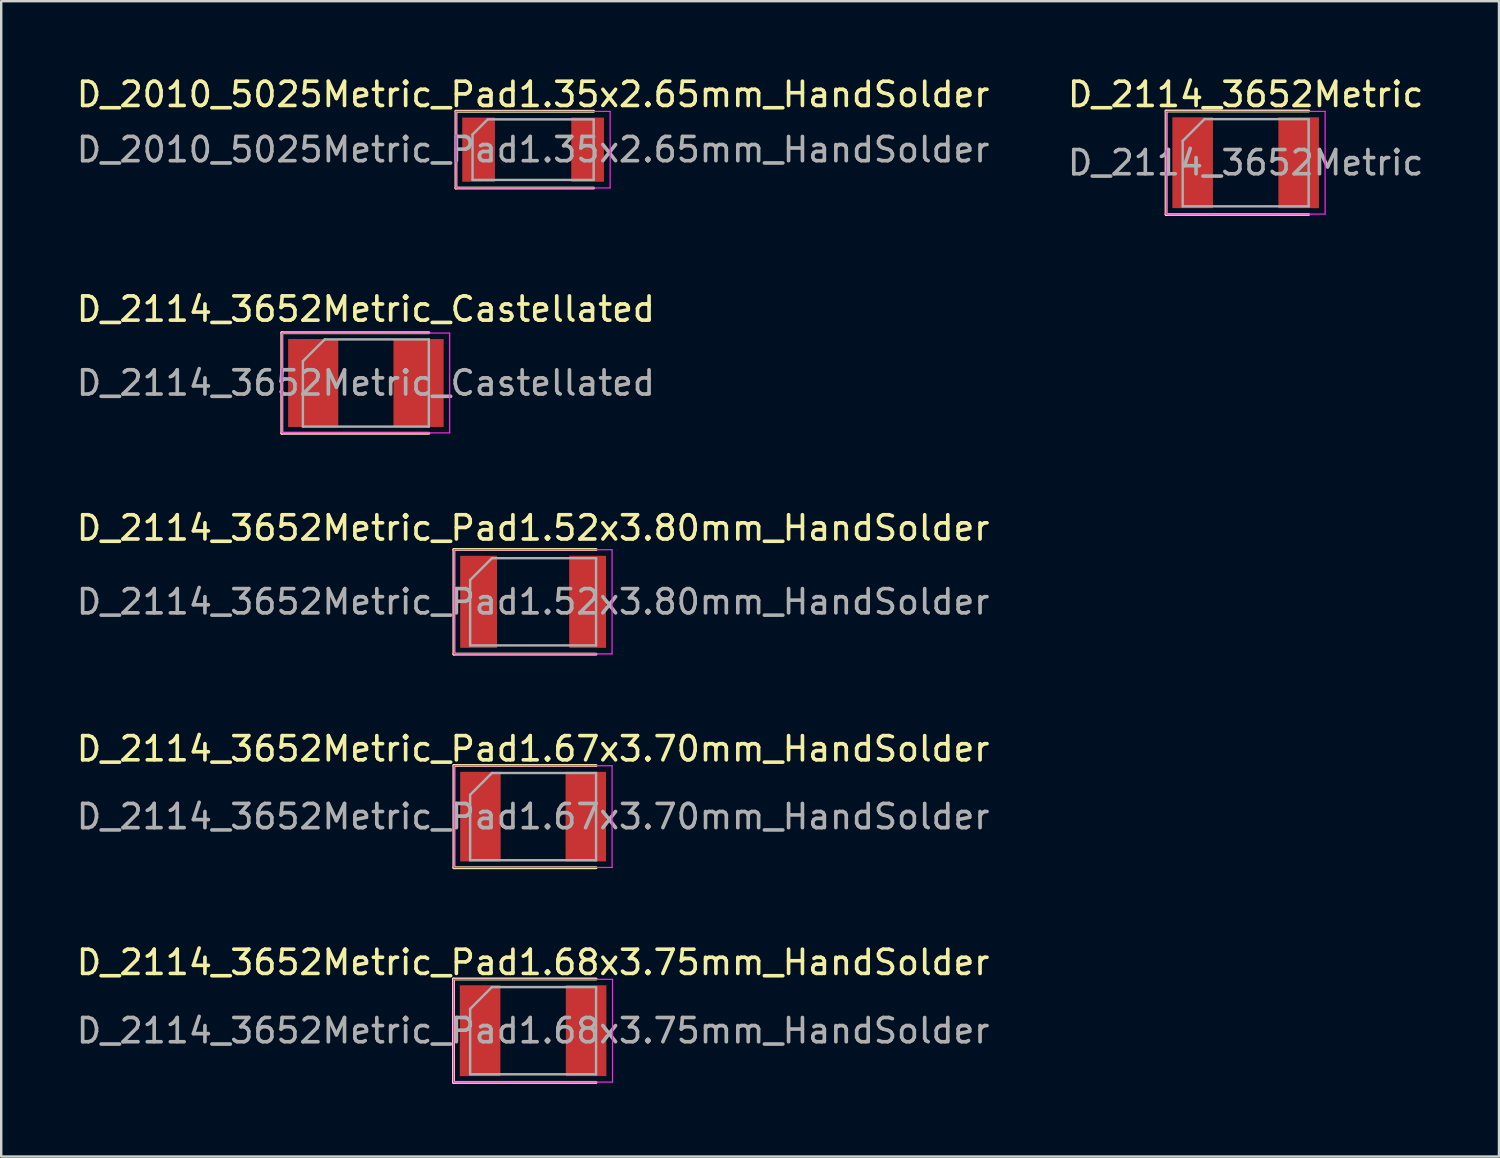
<source format=kicad_pcb>
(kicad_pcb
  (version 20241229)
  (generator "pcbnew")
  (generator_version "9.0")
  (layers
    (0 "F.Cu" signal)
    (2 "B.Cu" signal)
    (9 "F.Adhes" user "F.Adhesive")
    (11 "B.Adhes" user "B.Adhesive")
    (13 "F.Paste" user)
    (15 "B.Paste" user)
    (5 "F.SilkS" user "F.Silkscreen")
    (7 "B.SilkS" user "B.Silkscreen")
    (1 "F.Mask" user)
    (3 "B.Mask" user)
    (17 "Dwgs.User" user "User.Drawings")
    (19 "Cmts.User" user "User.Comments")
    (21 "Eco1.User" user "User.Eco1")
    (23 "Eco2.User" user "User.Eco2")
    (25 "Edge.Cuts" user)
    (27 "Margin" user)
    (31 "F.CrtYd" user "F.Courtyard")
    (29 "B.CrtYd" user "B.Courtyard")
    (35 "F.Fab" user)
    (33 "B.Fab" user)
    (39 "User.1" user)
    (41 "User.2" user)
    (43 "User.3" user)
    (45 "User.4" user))
  (footprint "D_2114_3652Metric_Pad1.67x3.70mm_HandSolder"
    (layer "F.Cu")
    (at 18.958 30.663)
    (property "Reference" "D_2114_3652Metric_Pad1.67x3.70mm_HandSolder" (at 0 -2.8 0) (layer "F.SilkS") (effects (font (size 1 1) (thickness 0.15))))
    (attr smd)
    (fp_line (start -3.27 -2.11) (end -3.27 2.11) (stroke (width 0.12) (type solid)) (layer "F.SilkS"))
    (fp_line (start -3.27 2.11) (end 2.6 2.11) (stroke (width 0.12) (type solid)) (layer "F.SilkS"))
    (fp_line (start 2.6 -2.11) (end -3.27 -2.11) (stroke (width 0.12) (type solid)) (layer "F.SilkS"))
    (fp_line (start -3.26 -2.1) (end 3.26 -2.1) (stroke (width 0.05) (type solid)) (layer "F.CrtYd"))
    (fp_line (start -3.26 2.1) (end -3.26 -2.1) (stroke (width 0.05) (type solid)) (layer "F.CrtYd"))
    (fp_line (start 3.26 -2.1) (end 3.26 2.1) (stroke (width 0.05) (type solid)) (layer "F.CrtYd"))
    (fp_line (start 3.26 2.1) (end -3.26 2.1) (stroke (width 0.05) (type solid)) (layer "F.CrtYd"))
    (fp_line (start -2.6 -0.9) (end -2.6 1.8) (stroke (width 0.1) (type solid)) (layer "F.Fab"))
    (fp_line (start -2.6 1.8) (end 2.6 1.8) (stroke (width 0.1) (type solid)) (layer "F.Fab"))
    (fp_line (start -1.7 -1.8) (end -2.6 -0.9) (stroke (width 0.1) (type solid)) (layer "F.Fab"))
    (fp_line (start 2.6 -1.8) (end -1.7 -1.8) (stroke (width 0.1) (type solid)) (layer "F.Fab"))
    (fp_line (start 2.6 1.8) (end 2.6 -1.8) (stroke (width 0.1) (type solid)) (layer "F.Fab"))
    (fp_text user "${REFERENCE}" (at 0 0 0) (layer "F.Fab") (effects (font (size 1 1) (thickness 0.15))))
    (pad "1" smd rect (at -2.175 0) (size 1.67 3.7) (layers "F.Cu" "F.Mask" "F.Paste"))
    (pad "2" smd rect (at 2.175 0) (size 1.67 3.7) (layers "F.Cu" "F.Mask" "F.Paste")))
  (footprint "D_2114_3652Metric_Castellated"
    (layer "F.Cu")
    (at 12.054 12.761)
    (property "Reference" "D_2114_3652Metric_Castellated" (at 0 -3.05 0) (layer "F.SilkS") (effects (font (size 1 1) (thickness 0.15))))
    (attr smd)
    (fp_line (start -3.47 -2.075) (end -3.47 2.075) (stroke (width 0.12) (type solid)) (layer "F.SilkS"))
    (fp_line (start -3.47 2.075) (end 2.6 2.075) (stroke (width 0.12) (type solid)) (layer "F.SilkS"))
    (fp_line (start 2.6 -2.075) (end -3.47 -2.075) (stroke (width 0.12) (type solid)) (layer "F.SilkS"))
    (fp_line (start -3.46 -2.06) (end 3.46 -2.06) (stroke (width 0.05) (type solid)) (layer "F.CrtYd"))
    (fp_line (start -3.46 2.06) (end -3.46 -2.06) (stroke (width 0.05) (type solid)) (layer "F.CrtYd"))
    (fp_line (start 3.46 -2.06) (end 3.46 2.06) (stroke (width 0.05) (type solid)) (layer "F.CrtYd"))
    (fp_line (start 3.46 2.06) (end -3.46 2.06) (stroke (width 0.05) (type solid)) (layer "F.CrtYd"))
    (fp_line (start -2.6 -0.9) (end -2.6 1.8) (stroke (width 0.1) (type solid)) (layer "F.Fab"))
    (fp_line (start -2.6 1.8) (end 2.6 1.8) (stroke (width 0.1) (type solid)) (layer "F.Fab"))
    (fp_line (start -1.7 -1.8) (end -2.6 -0.9) (stroke (width 0.1) (type solid)) (layer "F.Fab"))
    (fp_line (start 2.6 -1.8) (end -1.7 -1.8) (stroke (width 0.1) (type solid)) (layer "F.Fab"))
    (fp_line (start 2.6 1.8) (end 2.6 -1.8) (stroke (width 0.1) (type solid)) (layer "F.Fab"))
    (fp_text user "${REFERENCE}" (at 0 0 0) (layer "F.Fab") (effects (font (size 1 1) (thickness 0.15))))
    (pad "1" smd rect (at -2.175 0) (size 2.07 3.63) (layers "F.Cu" "F.Mask" "F.Paste"))
    (pad "2" smd rect (at 2.175 0) (size 2.07 3.63) (layers "F.Cu" "F.Mask" "F.Paste")))
  (footprint "D_2114_3652Metric_Pad1.68x3.75mm_HandSolder"
    (layer "F.Cu")
    (at 18.958 39.501)
    (property "Reference" "D_2114_3652Metric_Pad1.68x3.75mm_HandSolder" (at 0 -2.82 0) (layer "F.SilkS") (effects (font (size 1 1) (thickness 0.15))))
    (attr smd)
    (fp_line (start -3.285 -2.135) (end -3.285 2.135) (stroke (width 0.12) (type solid)) (layer "F.SilkS"))
    (fp_line (start -3.285 2.135) (end 2.6 2.135) (stroke (width 0.12) (type solid)) (layer "F.SilkS"))
    (fp_line (start 2.6 -2.135) (end -3.285 -2.135) (stroke (width 0.12) (type solid)) (layer "F.SilkS"))
    (fp_line (start -3.28 -2.12) (end 3.28 -2.12) (stroke (width 0.05) (type solid)) (layer "F.CrtYd"))
    (fp_line (start -3.28 2.12) (end -3.28 -2.12) (stroke (width 0.05) (type solid)) (layer "F.CrtYd"))
    (fp_line (start 3.28 -2.12) (end 3.28 2.12) (stroke (width 0.05) (type solid)) (layer "F.CrtYd"))
    (fp_line (start 3.28 2.12) (end -3.28 2.12) (stroke (width 0.05) (type solid)) (layer "F.CrtYd"))
    (fp_line (start -2.6 -0.9) (end -2.6 1.8) (stroke (width 0.1) (type solid)) (layer "F.Fab"))
    (fp_line (start -2.6 1.8) (end 2.6 1.8) (stroke (width 0.1) (type solid)) (layer "F.Fab"))
    (fp_line (start -1.7 -1.8) (end -2.6 -0.9) (stroke (width 0.1) (type solid)) (layer "F.Fab"))
    (fp_line (start 2.6 -1.8) (end -1.7 -1.8) (stroke (width 0.1) (type solid)) (layer "F.Fab"))
    (fp_line (start 2.6 1.8) (end 2.6 -1.8) (stroke (width 0.1) (type solid)) (layer "F.Fab"))
    (fp_text user "${REFERENCE}" (at 0 0 0) (layer "F.Fab") (effects (font (size 1 1) (thickness 0.15))))
    (pad "1" smd rect (at -2.188 0) (size 1.675 3.75) (layers "F.Cu" "F.Mask" "F.Paste"))
    (pad "2" smd rect (at 2.188 0) (size 1.675 3.75) (layers "F.Cu" "F.Mask" "F.Paste")))
  (footprint "D_2114_3652Metric_Pad1.52x3.80mm_HandSolder"
    (layer "F.Cu")
    (at 18.958 21.795)
    (property "Reference" "D_2114_3652Metric_Pad1.52x3.80mm_HandSolder" (at 0 -3.05 0) (layer "F.SilkS") (effects (font (size 1 1) (thickness 0.15))))
    (attr smd)
    (fp_line (start -3.27 -2.16) (end -3.27 2.16) (stroke (width 0.12) (type solid)) (layer "F.SilkS"))
    (fp_line (start -3.27 2.16) (end 2.6 2.16) (stroke (width 0.12) (type solid)) (layer "F.SilkS"))
    (fp_line (start 2.6 -2.16) (end -3.27 -2.16) (stroke (width 0.12) (type solid)) (layer "F.SilkS"))
    (fp_line (start -3.26 -2.15) (end 3.26 -2.15) (stroke (width 0.05) (type solid)) (layer "F.CrtYd"))
    (fp_line (start -3.26 2.15) (end -3.26 -2.15) (stroke (width 0.05) (type solid)) (layer "F.CrtYd"))
    (fp_line (start 3.26 -2.15) (end 3.26 2.15) (stroke (width 0.05) (type solid)) (layer "F.CrtYd"))
    (fp_line (start 3.26 2.15) (end -3.26 2.15) (stroke (width 0.05) (type solid)) (layer "F.CrtYd"))
    (fp_line (start -2.6 -0.9) (end -2.6 1.8) (stroke (width 0.1) (type solid)) (layer "F.Fab"))
    (fp_line (start -2.6 1.8) (end 2.6 1.8) (stroke (width 0.1) (type solid)) (layer "F.Fab"))
    (fp_line (start -1.7 -1.8) (end -2.6 -0.9) (stroke (width 0.1) (type solid)) (layer "F.Fab"))
    (fp_line (start 2.6 -1.8) (end -1.7 -1.8) (stroke (width 0.1) (type solid)) (layer "F.Fab"))
    (fp_line (start 2.6 1.8) (end 2.6 -1.8) (stroke (width 0.1) (type solid)) (layer "F.Fab"))
    (fp_text user "${REFERENCE}" (at 0 0 0) (layer "F.Fab") (effects (font (size 1 1) (thickness 0.15))))
    (pad "1" smd rect (at -2.25 0) (size 1.52 3.8) (layers "F.Cu" "F.Mask" "F.Paste"))
    (pad "2" smd rect (at 2.25 0) (size 1.52 3.8) (layers "F.Cu" "F.Mask" "F.Paste")))
  (footprint "D_2114_3652Metric"
    (layer "F.Cu")
    (at 48.375 3.668)
    (property "Reference" "D_2114_3652Metric" (at 0 -2.82 0) (layer "F.SilkS") (effects (font (size 1 1) (thickness 0.15))))
    (attr smd)
    (fp_line (start -3.285 -2.135) (end -3.285 2.135) (stroke (width 0.12) (type solid)) (layer "F.SilkS"))
    (fp_line (start -3.285 2.135) (end 2.6 2.135) (stroke (width 0.12) (type solid)) (layer "F.SilkS"))
    (fp_line (start 2.6 -2.135) (end -3.285 -2.135) (stroke (width 0.12) (type solid)) (layer "F.SilkS"))
    (fp_line (start -3.28 -2.12) (end 3.28 -2.12) (stroke (width 0.05) (type solid)) (layer "F.CrtYd"))
    (fp_line (start -3.28 2.12) (end -3.28 -2.12) (stroke (width 0.05) (type solid)) (layer "F.CrtYd"))
    (fp_line (start 3.28 -2.12) (end 3.28 2.12) (stroke (width 0.05) (type solid)) (layer "F.CrtYd"))
    (fp_line (start 3.28 2.12) (end -3.28 2.12) (stroke (width 0.05) (type solid)) (layer "F.CrtYd"))
    (fp_line (start -2.6 -0.9) (end -2.6 1.8) (stroke (width 0.1) (type solid)) (layer "F.Fab"))
    (fp_line (start -2.6 1.8) (end 2.6 1.8) (stroke (width 0.1) (type solid)) (layer "F.Fab"))
    (fp_line (start -1.7 -1.8) (end -2.6 -0.9) (stroke (width 0.1) (type solid)) (layer "F.Fab"))
    (fp_line (start 2.6 -1.8) (end -1.7 -1.8) (stroke (width 0.1) (type solid)) (layer "F.Fab"))
    (fp_line (start 2.6 1.8) (end 2.6 -1.8) (stroke (width 0.1) (type solid)) (layer "F.Fab"))
    (fp_text user "${REFERENCE}" (at 0 0 0) (layer "F.Fab") (effects (font (size 1 1) (thickness 0.15))))
    (pad "1" smd rect (at -2.188 0) (size 1.675 3.75) (layers "F.Cu" "F.Mask" "F.Paste"))
    (pad "2" smd rect (at 2.188 0) (size 1.675 3.75) (layers "F.Cu" "F.Mask" "F.Paste")))
  (footprint "D_2010_5025Metric_Pad1.35x2.65mm_HandSolder"
    (layer "F.Cu")
    (at 18.958 3.128)
    (property "Reference" "D_2010_5025Metric_Pad1.35x2.65mm_HandSolder" (at 0 -2.28 0) (layer "F.SilkS") (effects (font (size 1 1) (thickness 0.15))))
    (attr smd)
    (fp_line (start -3.185 -1.585) (end -3.185 1.585) (stroke (width 0.12) (type solid)) (layer "F.SilkS"))
    (fp_line (start -3.185 1.585) (end 2.5 1.585) (stroke (width 0.12) (type solid)) (layer "F.SilkS"))
    (fp_line (start 2.5 -1.585) (end -3.185 -1.585) (stroke (width 0.12) (type solid)) (layer "F.SilkS"))
    (fp_line (start -3.18 -1.58) (end 3.18 -1.58) (stroke (width 0.05) (type solid)) (layer "F.CrtYd"))
    (fp_line (start -3.18 1.58) (end -3.18 -1.58) (stroke (width 0.05) (type solid)) (layer "F.CrtYd"))
    (fp_line (start 3.18 -1.58) (end 3.18 1.58) (stroke (width 0.05) (type solid)) (layer "F.CrtYd"))
    (fp_line (start 3.18 1.58) (end -3.18 1.58) (stroke (width 0.05) (type solid)) (layer "F.CrtYd"))
    (fp_line (start -2.5 -0.625) (end -2.5 1.25) (stroke (width 0.1) (type solid)) (layer "F.Fab"))
    (fp_line (start -2.5 1.25) (end 2.5 1.25) (stroke (width 0.1) (type solid)) (layer "F.Fab"))
    (fp_line (start -1.875 -1.25) (end -2.5 -0.625) (stroke (width 0.1) (type solid)) (layer "F.Fab"))
    (fp_line (start 2.5 -1.25) (end -1.875 -1.25) (stroke (width 0.1) (type solid)) (layer "F.Fab"))
    (fp_line (start 2.5 1.25) (end 2.5 -1.25) (stroke (width 0.1) (type solid)) (layer "F.Fab"))
    (fp_text user "${REFERENCE}" (at 0 0 0) (layer "F.Fab") (effects (font (size 1 1) (thickness 0.15))))
    (pad "1" smd rect (at -2.25 0) (size 1.35 2.65) (layers "F.Cu" "F.Mask" "F.Paste"))
    (pad "2" smd rect (at 2.25 0) (size 1.35 2.65) (layers "F.Cu" "F.Mask" "F.Paste")))
  (gr_rect
    (start -3 -3)
    (end 58.833 44.696)
    (stroke (width 0.1) (type default))
    (fill no)
    (layer "Edge.Cuts")))
</source>
